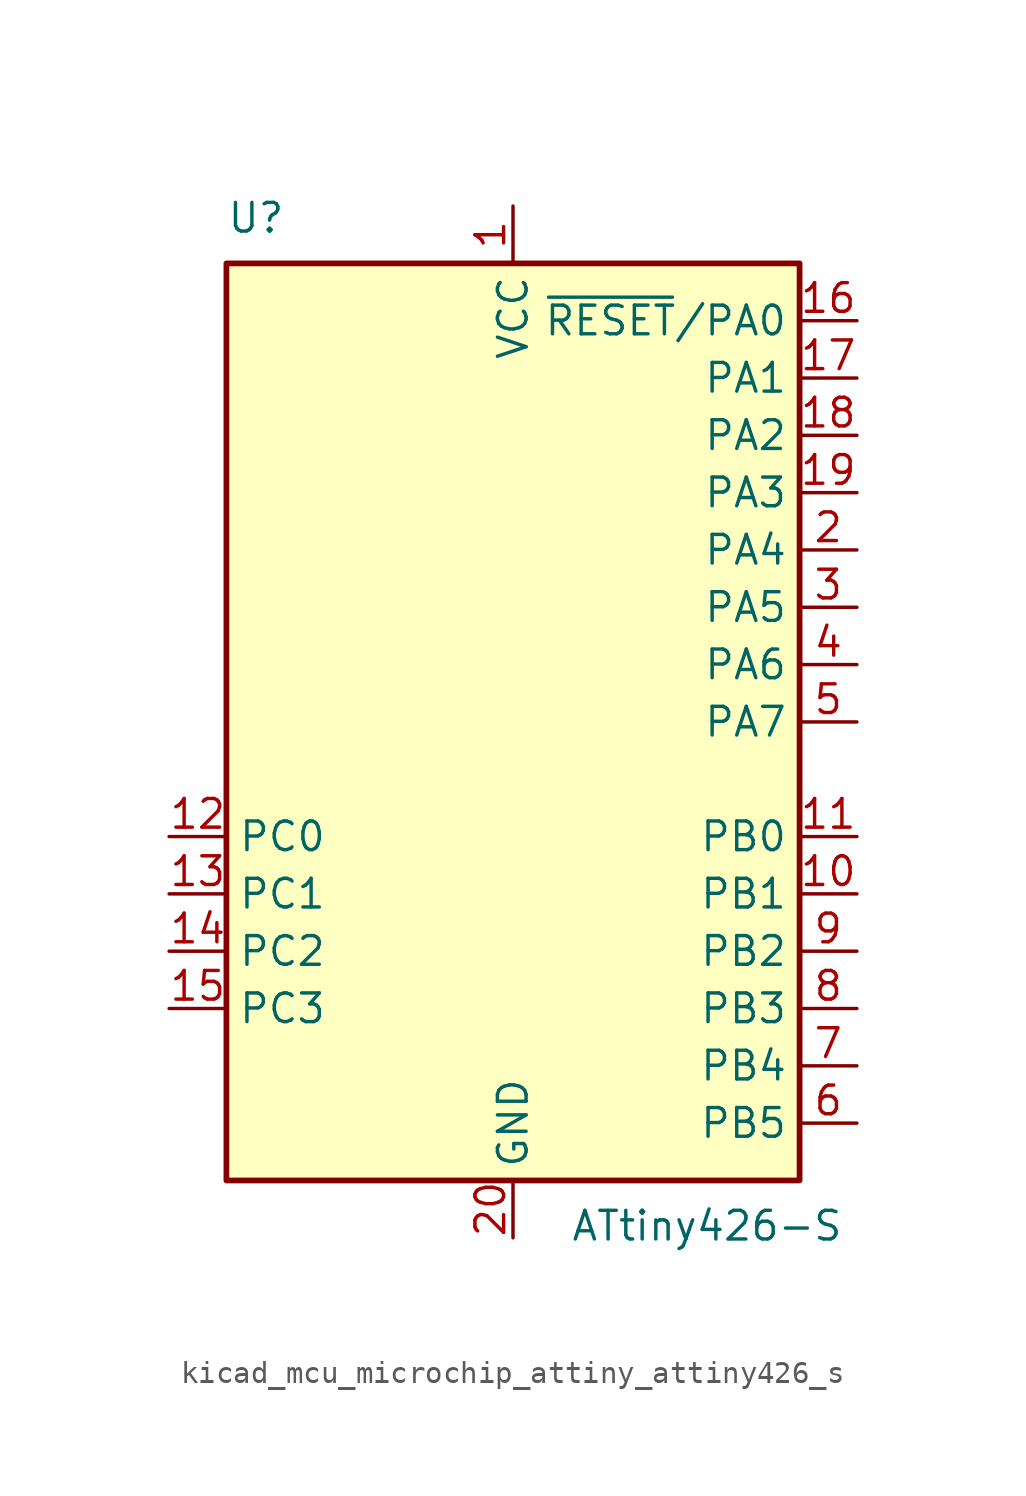
<source format=kicad_sym>
(kicad_symbol_lib
  (version 20220914)
  (generator kicad_symbol_editor)
  (symbol "kicad_mcu_microchip_attiny_attiny426_s"
    (property "Reference" "U"
      (at -12.7 21.59 0)
      (effects (font (size 1.27 1.27)) (justify left bottom)))
    (property "Value" "ATtiny426-S"
      (at 2.54 -21.59 0)
      (effects (font (size 1.27 1.27)) (justify left top)))
    (symbol "kicad_mcu_microchip_attiny_attiny426_s_0_1"
      (rectangle (start -12.7 -20.32) (end 12.7 20.32) (stroke (width 0.254) (type default)) (fill (type background))))
    (symbol "kicad_mcu_microchip_attiny_attiny426_s_1_1"
      (pin power_in line (at 0 22.86 270) (length 2.54) (name "VCC" (effects (font (size 1.27 1.27)))) (number "1" (effects (font (size 1.27 1.27)))))
      (pin bidirectional line (at 15.24 -7.62 180) (length 2.54) (name "PB1" (effects (font (size 1.27 1.27)))) (number "10" (effects (font (size 1.27 1.27)))))
      (pin bidirectional line (at 15.24 -5.08 180) (length 2.54) (name "PB0" (effects (font (size 1.27 1.27)))) (number "11" (effects (font (size 1.27 1.27)))))
      (pin bidirectional line (at -15.24 -5.08 0) (length 2.54) (name "PC0" (effects (font (size 1.27 1.27)))) (number "12" (effects (font (size 1.27 1.27)))))
      (pin bidirectional line (at -15.24 -7.62 0) (length 2.54) (name "PC1" (effects (font (size 1.27 1.27)))) (number "13" (effects (font (size 1.27 1.27)))))
      (pin bidirectional line (at -15.24 -10.16 0) (length 2.54) (name "PC2" (effects (font (size 1.27 1.27)))) (number "14" (effects (font (size 1.27 1.27)))))
      (pin bidirectional line (at -15.24 -12.7 0) (length 2.54) (name "PC3" (effects (font (size 1.27 1.27)))) (number "15" (effects (font (size 1.27 1.27)))))
      (pin bidirectional line (at 15.24 17.78 180) (length 2.54) (name "~{RESET}/PA0" (effects (font (size 1.27 1.27)))) (number "16" (effects (font (size 1.27 1.27)))))
      (pin bidirectional line (at 15.24 15.24 180) (length 2.54) (name "PA1" (effects (font (size 1.27 1.27)))) (number "17" (effects (font (size 1.27 1.27)))))
      (pin bidirectional line (at 15.24 12.7 180) (length 2.54) (name "PA2" (effects (font (size 1.27 1.27)))) (number "18" (effects (font (size 1.27 1.27)))))
      (pin bidirectional line (at 15.24 10.16 180) (length 2.54) (name "PA3" (effects (font (size 1.27 1.27)))) (number "19" (effects (font (size 1.27 1.27)))))
      (pin bidirectional line (at 15.24 7.62 180) (length 2.54) (name "PA4" (effects (font (size 1.27 1.27)))) (number "2" (effects (font (size 1.27 1.27)))))
      (pin power_in line (at 0 -22.86 90) (length 2.54) (name "GND" (effects (font (size 1.27 1.27)))) (number "20" (effects (font (size 1.27 1.27)))))
      (pin bidirectional line (at 15.24 5.08 180) (length 2.54) (name "PA5" (effects (font (size 1.27 1.27)))) (number "3" (effects (font (size 1.27 1.27)))))
      (pin bidirectional line (at 15.24 2.54 180) (length 2.54) (name "PA6" (effects (font (size 1.27 1.27)))) (number "4" (effects (font (size 1.27 1.27)))))
      (pin bidirectional line (at 15.24 0 180) (length 2.54) (name "PA7" (effects (font (size 1.27 1.27)))) (number "5" (effects (font (size 1.27 1.27)))))
      (pin bidirectional line (at 15.24 -17.78 180) (length 2.54) (name "PB5" (effects (font (size 1.27 1.27)))) (number "6" (effects (font (size 1.27 1.27)))))
      (pin bidirectional line (at 15.24 -15.24 180) (length 2.54) (name "PB4" (effects (font (size 1.27 1.27)))) (number "7" (effects (font (size 1.27 1.27)))))
      (pin bidirectional line (at 15.24 -12.7 180) (length 2.54) (name "PB3" (effects (font (size 1.27 1.27)))) (number "8" (effects (font (size 1.27 1.27)))))
      (pin bidirectional line (at 15.24 -10.16 180) (length 2.54) (name "PB2" (effects (font (size 1.27 1.27)))) (number "9" (effects (font (size 1.27 1.27))))))))
</source>
